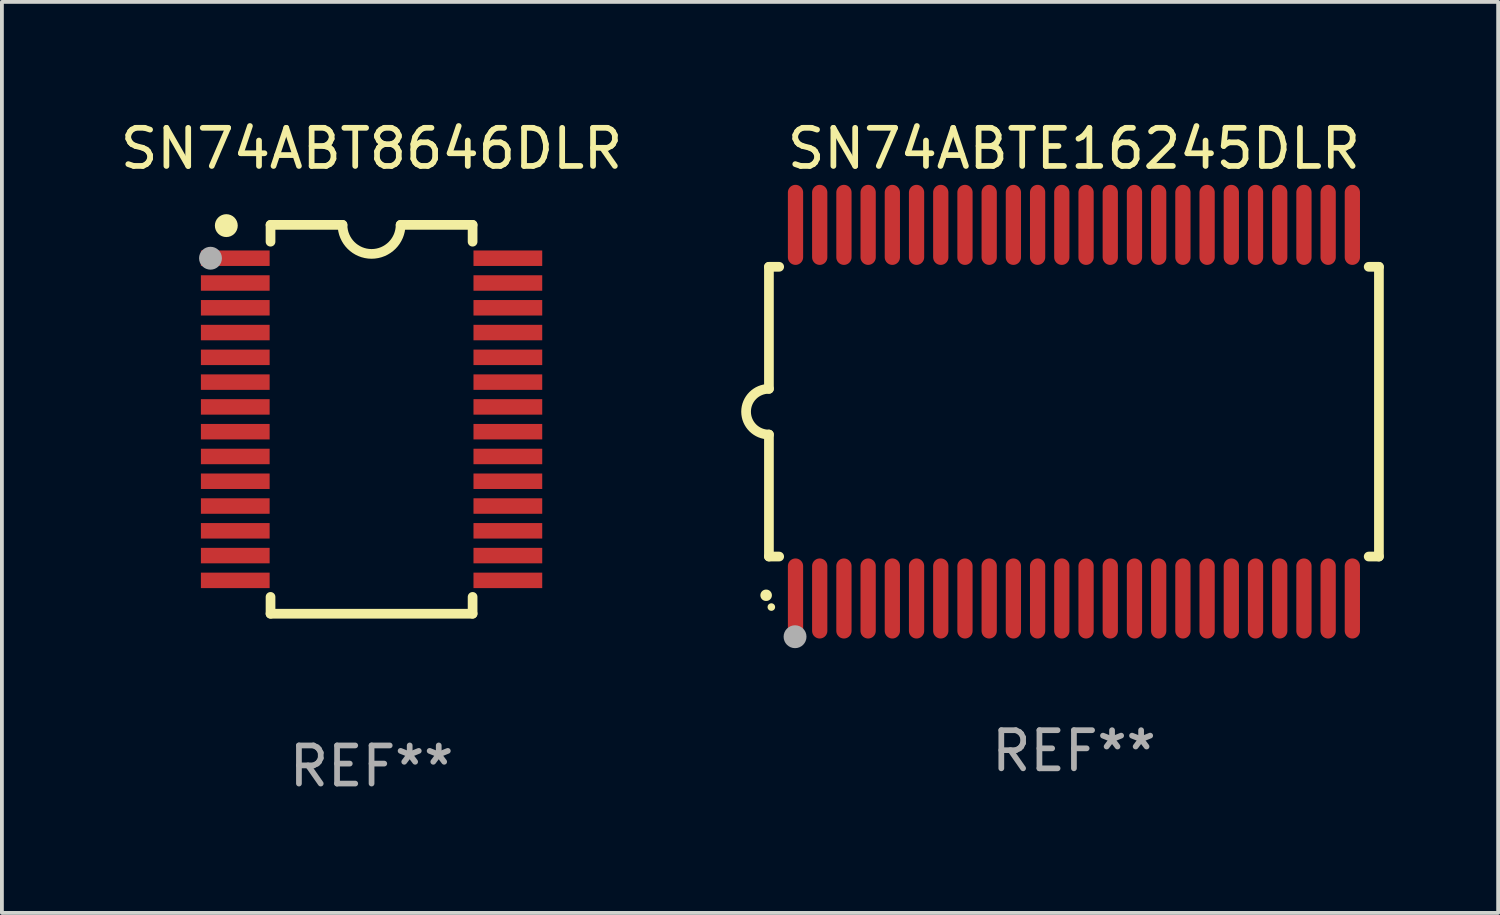
<source format=kicad_pcb>
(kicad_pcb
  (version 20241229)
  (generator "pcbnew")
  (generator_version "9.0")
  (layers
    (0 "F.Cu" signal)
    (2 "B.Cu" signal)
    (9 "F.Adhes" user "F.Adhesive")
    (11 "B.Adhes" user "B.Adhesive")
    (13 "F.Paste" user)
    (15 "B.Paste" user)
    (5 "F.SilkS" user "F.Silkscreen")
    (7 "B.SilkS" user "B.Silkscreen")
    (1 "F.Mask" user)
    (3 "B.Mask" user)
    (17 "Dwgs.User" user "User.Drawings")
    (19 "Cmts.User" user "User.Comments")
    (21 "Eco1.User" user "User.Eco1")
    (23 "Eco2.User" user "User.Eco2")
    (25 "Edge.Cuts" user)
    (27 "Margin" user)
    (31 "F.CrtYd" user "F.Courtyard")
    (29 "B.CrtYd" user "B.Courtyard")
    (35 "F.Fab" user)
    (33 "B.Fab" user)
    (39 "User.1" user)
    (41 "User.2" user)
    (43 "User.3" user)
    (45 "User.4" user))
  (footprint "SN74ABT8646DLR"
    (layer "F.Cu")
    (at 6.696 7.948)
    (property "Reference" "SN74ABT8646DLR" (at 0 -7.1 0) (layer "F.SilkS") (effects (font (size 1 1) (thickness 0.15))))
    (attr through_hole)
    (fp_line (start -2.65 -5.1) (end -0.762 -5.1) (stroke (width 0.254) (type solid)) (layer "F.SilkS"))
    (fp_line (start -2.65 -4.658) (end -2.65 -5.1) (stroke (width 0.254) (type solid)) (layer "F.SilkS"))
    (fp_line (start -2.65 5.1) (end -2.65 4.658) (stroke (width 0.254) (type solid)) (layer "F.SilkS"))
    (fp_line (start -2.65 5.1) (end 2.65 5.1) (stroke (width 0.254) (type solid)) (layer "F.SilkS"))
    (fp_line (start 2.65 -5.1) (end 0.762 -5.1) (stroke (width 0.254) (type solid)) (layer "F.SilkS"))
    (fp_line (start 2.65 -5.1) (end 2.65 -4.658) (stroke (width 0.254) (type solid)) (layer "F.SilkS"))
    (fp_line (start 2.65 4.658) (end 2.65 5.1) (stroke (width 0.254) (type solid)) (layer "F.SilkS"))
    (fp_arc (start 0.761925 -5.1) (mid -0.000241 -4.338329) (end -0.762077 -5.10033) (stroke (width 0.254001) (type solid)) (layer "F.SilkS"))
    (fp_circle (center -3.858 -5.07) (end -3.828 -5.07) (stroke (width 0.06) (type solid)) (fill no) (layer "F.SilkS"))
    (fp_circle (center -3.81 -5.08) (end -3.66 -5.08) (stroke (width 0.3) (type solid)) (fill no) (layer "F.SilkS"))
    (fp_circle (center -4.225 -4.225) (end -4.075 -4.225) (stroke (width 0.3) (type solid)) (fill no) (layer "F.Fab"))
    (fp_text user "REF**" (at 0 9.1 0) (layer "F.Fab") (effects (font (size 1 1) (thickness 0.15))))
    (pad "1" smd rect (at -3.575 -4.225) (size 1.803 0.406) (layers "F.Cu" "F.Mask" "F.Paste"))
    (pad "2" smd rect (at -3.575 -3.575) (size 1.803 0.406) (layers "F.Cu" "F.Mask" "F.Paste"))
    (pad "3" smd rect (at -3.575 -2.925) (size 1.803 0.406) (layers "F.Cu" "F.Mask" "F.Paste"))
    (pad "4" smd rect (at -3.575 -2.275) (size 1.803 0.406) (layers "F.Cu" "F.Mask" "F.Paste"))
    (pad "5" smd rect (at -3.575 -1.625) (size 1.803 0.406) (layers "F.Cu" "F.Mask" "F.Paste"))
    (pad "6" smd rect (at -3.575 -0.975) (size 1.803 0.406) (layers "F.Cu" "F.Mask" "F.Paste"))
    (pad "7" smd rect (at -3.575 -0.325) (size 1.803 0.406) (layers "F.Cu" "F.Mask" "F.Paste"))
    (pad "8" smd rect (at -3.575 0.325) (size 1.803 0.406) (layers "F.Cu" "F.Mask" "F.Paste"))
    (pad "9" smd rect (at -3.575 0.975) (size 1.803 0.406) (layers "F.Cu" "F.Mask" "F.Paste"))
    (pad "10" smd rect (at -3.575 1.625) (size 1.803 0.406) (layers "F.Cu" "F.Mask" "F.Paste"))
    (pad "11" smd rect (at -3.575 2.275) (size 1.803 0.406) (layers "F.Cu" "F.Mask" "F.Paste"))
    (pad "12" smd rect (at -3.575 2.925) (size 1.803 0.406) (layers "F.Cu" "F.Mask" "F.Paste"))
    (pad "13" smd rect (at -3.575 3.575) (size 1.803 0.406) (layers "F.Cu" "F.Mask" "F.Paste"))
    (pad "14" smd rect (at -3.575 4.225) (size 1.803 0.406) (layers "F.Cu" "F.Mask" "F.Paste"))
    (pad "15" smd rect (at 3.575 4.225) (size 1.803 0.406) (layers "F.Cu" "F.Mask" "F.Paste"))
    (pad "16" smd rect (at 3.575 3.575) (size 1.803 0.406) (layers "F.Cu" "F.Mask" "F.Paste"))
    (pad "17" smd rect (at 3.575 2.925) (size 1.803 0.406) (layers "F.Cu" "F.Mask" "F.Paste"))
    (pad "18" smd rect (at 3.575 2.275) (size 1.803 0.406) (layers "F.Cu" "F.Mask" "F.Paste"))
    (pad "19" smd rect (at 3.575 1.625) (size 1.803 0.406) (layers "F.Cu" "F.Mask" "F.Paste"))
    (pad "20" smd rect (at 3.575 0.975) (size 1.803 0.406) (layers "F.Cu" "F.Mask" "F.Paste"))
    (pad "21" smd rect (at 3.575 0.325) (size 1.803 0.406) (layers "F.Cu" "F.Mask" "F.Paste"))
    (pad "22" smd rect (at 3.575 -0.325) (size 1.803 0.406) (layers "F.Cu" "F.Mask" "F.Paste"))
    (pad "23" smd rect (at 3.575 -0.975) (size 1.803 0.406) (layers "F.Cu" "F.Mask" "F.Paste"))
    (pad "24" smd rect (at 3.575 -1.625) (size 1.803 0.406) (layers "F.Cu" "F.Mask" "F.Paste"))
    (pad "25" smd rect (at 3.575 -2.275) (size 1.803 0.406) (layers "F.Cu" "F.Mask" "F.Paste"))
    (pad "26" smd rect (at 3.575 -2.925) (size 1.803 0.406) (layers "F.Cu" "F.Mask" "F.Paste"))
    (pad "27" smd rect (at 3.575 -3.575) (size 1.803 0.406) (layers "F.Cu" "F.Mask" "F.Paste"))
    (pad "28" smd rect (at 3.575 -4.225) (size 1.803 0.406) (layers "F.Cu" "F.Mask" "F.Paste")))
  (footprint "SN74ABTE16245DLR"
    (layer "F.Cu")
    (at 25.119 7.748)
    (property "Reference" "SN74ABTE16245DLR" (at 0 -6.9 0) (layer "F.SilkS") (effects (font (size 1 1) (thickness 0.15))))
    (attr through_hole)
    (fp_line (start -8 -3.8) (end -8 -0.599) (stroke (width 0.254) (type solid)) (layer "F.SilkS"))
    (fp_line (start -8 -3.8) (end -7.731 -3.8) (stroke (width 0.254) (type solid)) (layer "F.SilkS"))
    (fp_line (start -8 3.8) (end -8 0.599) (stroke (width 0.254) (type solid)) (layer "F.SilkS"))
    (fp_line (start -7.731 3.8) (end -8 3.8) (stroke (width 0.254) (type solid)) (layer "F.SilkS"))
    (fp_line (start 7.731 -3.8) (end 8 -3.8) (stroke (width 0.254) (type solid)) (layer "F.SilkS"))
    (fp_line (start 8 -3.8) (end 8 3.8) (stroke (width 0.254) (type solid)) (layer "F.SilkS"))
    (fp_line (start 8 3.8) (end 7.731 3.8) (stroke (width 0.254) (type solid)) (layer "F.SilkS"))
    (fp_arc (start -8.074676 4.81585) (mid -8.073406 4.815845) (end -8.072136 4.81585) (stroke (width 0.3) (type solid)) (layer "F.SilkS"))
    (fp_arc (start -8.000025 0.6) (mid -8.598908 0.00056) (end -8.000027 -0.598882) (stroke (width 0.254001) (type solid)) (layer "F.SilkS"))
    (fp_circle (center -7.937 5.125) (end -7.887 5.125) (stroke (width 0.1) (type solid)) (fill no) (layer "F.SilkS"))
    (fp_circle (center -7.315 5.903) (end -7.165 5.903) (stroke (width 0.3) (type solid)) (fill no) (layer "F.Fab"))
    (fp_text user "REF**" (at 0 8.9 0) (layer "F.Fab") (effects (font (size 1 1) (thickness 0.15))))
    (pad "1" smd oval (at -7.303 4.9) (size 0.4 2.1) (layers "F.Cu" "F.Mask" "F.Paste"))
    (pad "2" smd oval (at -6.668 4.9) (size 0.4 2.1) (layers "F.Cu" "F.Mask" "F.Paste"))
    (pad "3" smd oval (at -6.033 4.9) (size 0.4 2.1) (layers "F.Cu" "F.Mask" "F.Paste"))
    (pad "4" smd oval (at -5.398 4.9) (size 0.4 2.1) (layers "F.Cu" "F.Mask" "F.Paste"))
    (pad "5" smd oval (at -4.763 4.9) (size 0.4 2.1) (layers "F.Cu" "F.Mask" "F.Paste"))
    (pad "6" smd oval (at -4.128 4.9) (size 0.4 2.1) (layers "F.Cu" "F.Mask" "F.Paste"))
    (pad "7" smd oval (at -3.493 4.9) (size 0.4 2.1) (layers "F.Cu" "F.Mask" "F.Paste"))
    (pad "8" smd oval (at -2.858 4.9) (size 0.4 2.1) (layers "F.Cu" "F.Mask" "F.Paste"))
    (pad "9" smd oval (at -2.223 4.9) (size 0.4 2.1) (layers "F.Cu" "F.Mask" "F.Paste"))
    (pad "10" smd oval (at -1.588 4.9) (size 0.4 2.1) (layers "F.Cu" "F.Mask" "F.Paste"))
    (pad "11" smd oval (at -0.953 4.9) (size 0.4 2.1) (layers "F.Cu" "F.Mask" "F.Paste"))
    (pad "12" smd oval (at -0.318 4.9) (size 0.4 2.1) (layers "F.Cu" "F.Mask" "F.Paste"))
    (pad "13" smd oval (at 0.318 4.9) (size 0.4 2.1) (layers "F.Cu" "F.Mask" "F.Paste"))
    (pad "14" smd oval (at 0.953 4.9) (size 0.4 2.1) (layers "F.Cu" "F.Mask" "F.Paste"))
    (pad "15" smd oval (at 1.588 4.9) (size 0.4 2.1) (layers "F.Cu" "F.Mask" "F.Paste"))
    (pad "16" smd oval (at 2.223 4.9) (size 0.4 2.1) (layers "F.Cu" "F.Mask" "F.Paste"))
    (pad "17" smd oval (at 2.858 4.9) (size 0.4 2.1) (layers "F.Cu" "F.Mask" "F.Paste"))
    (pad "18" smd oval (at 3.493 4.9) (size 0.4 2.1) (layers "F.Cu" "F.Mask" "F.Paste"))
    (pad "19" smd oval (at 4.128 4.9) (size 0.4 2.1) (layers "F.Cu" "F.Mask" "F.Paste"))
    (pad "20" smd oval (at 4.763 4.9) (size 0.4 2.1) (layers "F.Cu" "F.Mask" "F.Paste"))
    (pad "21" smd oval (at 5.398 4.9) (size 0.4 2.1) (layers "F.Cu" "F.Mask" "F.Paste"))
    (pad "22" smd oval (at 6.033 4.9) (size 0.4 2.1) (layers "F.Cu" "F.Mask" "F.Paste"))
    (pad "23" smd oval (at 6.668 4.9) (size 0.4 2.1) (layers "F.Cu" "F.Mask" "F.Paste"))
    (pad "24" smd oval (at 7.303 4.9) (size 0.4 2.1) (layers "F.Cu" "F.Mask" "F.Paste"))
    (pad "25" smd oval (at 7.303 -4.9 180) (size 0.4 2.1) (layers "F.Cu" "F.Mask" "F.Paste"))
    (pad "26" smd oval (at 6.668 -4.9 180) (size 0.4 2.1) (layers "F.Cu" "F.Mask" "F.Paste"))
    (pad "27" smd oval (at 6.033 -4.9 180) (size 0.4 2.1) (layers "F.Cu" "F.Mask" "F.Paste"))
    (pad "28" smd oval (at 5.398 -4.9 180) (size 0.4 2.1) (layers "F.Cu" "F.Mask" "F.Paste"))
    (pad "29" smd oval (at 4.763 -4.9 180) (size 0.4 2.1) (layers "F.Cu" "F.Mask" "F.Paste"))
    (pad "30" smd oval (at 4.128 -4.9 180) (size 0.4 2.1) (layers "F.Cu" "F.Mask" "F.Paste"))
    (pad "31" smd oval (at 3.493 -4.9 180) (size 0.4 2.1) (layers "F.Cu" "F.Mask" "F.Paste"))
    (pad "32" smd oval (at 2.858 -4.9 180) (size 0.4 2.1) (layers "F.Cu" "F.Mask" "F.Paste"))
    (pad "33" smd oval (at 2.223 -4.9 180) (size 0.4 2.1) (layers "F.Cu" "F.Mask" "F.Paste"))
    (pad "34" smd oval (at 1.588 -4.9 180) (size 0.4 2.1) (layers "F.Cu" "F.Mask" "F.Paste"))
    (pad "35" smd oval (at 0.953 -4.9 180) (size 0.4 2.1) (layers "F.Cu" "F.Mask" "F.Paste"))
    (pad "36" smd oval (at 0.318 -4.9 180) (size 0.4 2.1) (layers "F.Cu" "F.Mask" "F.Paste"))
    (pad "37" smd oval (at -0.318 -4.9 180) (size 0.4 2.1) (layers "F.Cu" "F.Mask" "F.Paste"))
    (pad "38" smd oval (at -0.953 -4.9 180) (size 0.4 2.1) (layers "F.Cu" "F.Mask" "F.Paste"))
    (pad "39" smd oval (at -1.588 -4.9 180) (size 0.4 2.1) (layers "F.Cu" "F.Mask" "F.Paste"))
    (pad "40" smd oval (at -2.223 -4.9 180) (size 0.4 2.1) (layers "F.Cu" "F.Mask" "F.Paste"))
    (pad "41" smd oval (at -2.858 -4.9 180) (size 0.4 2.1) (layers "F.Cu" "F.Mask" "F.Paste"))
    (pad "42" smd oval (at -3.493 -4.9 180) (size 0.4 2.1) (layers "F.Cu" "F.Mask" "F.Paste"))
    (pad "43" smd oval (at -4.128 -4.9 180) (size 0.4 2.1) (layers "F.Cu" "F.Mask" "F.Paste"))
    (pad "44" smd oval (at -4.763 -4.9 180) (size 0.4 2.1) (layers "F.Cu" "F.Mask" "F.Paste"))
    (pad "45" smd oval (at -5.398 -4.9 180) (size 0.4 2.1) (layers "F.Cu" "F.Mask" "F.Paste"))
    (pad "46" smd oval (at -6.033 -4.9 180) (size 0.4 2.1) (layers "F.Cu" "F.Mask" "F.Paste"))
    (pad "47" smd oval (at -6.668 -4.9 180) (size 0.4 2.1) (layers "F.Cu" "F.Mask" "F.Paste"))
    (pad "48" smd oval (at -7.303 -4.9 180) (size 0.4 2.1) (layers "F.Cu" "F.Mask" "F.Paste")))
  (gr_rect
    (start -3 -3)
    (end 36.246 20.896)
    (stroke (width 0.1) (type default))
    (fill no)
    (layer "Edge.Cuts")))
</source>
